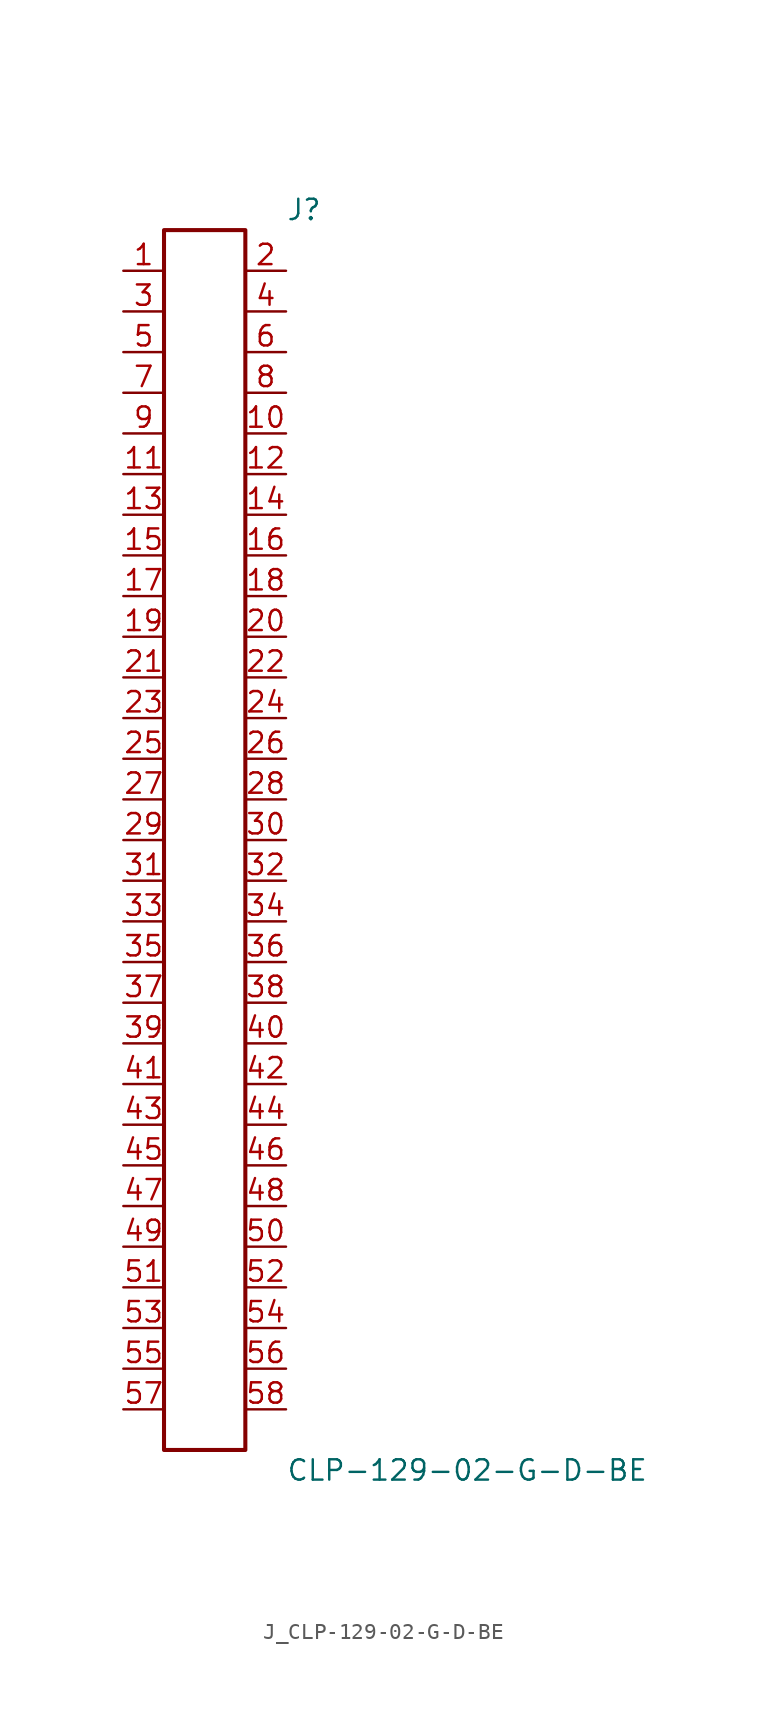
<source format=kicad_sym>
(kicad_symbol_lib
  (version 20231120)
  (generator kicad_symbol_editor)
  (generator_version 8.0)
  (symbol "J_CLP-129-02-G-D-BE"
    (pin_names
      (offset 0.254))
    (property "Reference" "J"
      (at 5.08 39.37 0)
      (effects (font (size 1.27 1.27)) (justify left)))
    (property "Value" "CLP-129-02-G-D-BE"
      (at 5.08 -39.37 0)
      (effects (font (size 1.27 1.27)) (justify left)))
    (symbol "J_CLP-129-02-G-D-BE_0_0"
      (pin passive line (at -5.08 35.56 0) (length 2.54) (name "" (effects (font (size 1.27 1.27)))) (number "1" (effects (font (size 1.27 1.27)))))
      (pin passive line (at 5.08 35.56 180) (length 2.54) (name "" (effects (font (size 1.27 1.27)))) (number "2" (effects (font (size 1.27 1.27)))))
      (pin passive line (at -5.08 33.02 0) (length 2.54) (name "" (effects (font (size 1.27 1.27)))) (number "3" (effects (font (size 1.27 1.27)))))
      (pin passive line (at 5.08 33.02 180) (length 2.54) (name "" (effects (font (size 1.27 1.27)))) (number "4" (effects (font (size 1.27 1.27)))))
      (pin passive line (at -5.08 30.48 0) (length 2.54) (name "" (effects (font (size 1.27 1.27)))) (number "5" (effects (font (size 1.27 1.27)))))
      (pin passive line (at 5.08 30.48 180) (length 2.54) (name "" (effects (font (size 1.27 1.27)))) (number "6" (effects (font (size 1.27 1.27)))))
      (pin passive line (at -5.08 27.94 0) (length 2.54) (name "" (effects (font (size 1.27 1.27)))) (number "7" (effects (font (size 1.27 1.27)))))
      (pin passive line (at 5.08 27.94 180) (length 2.54) (name "" (effects (font (size 1.27 1.27)))) (number "8" (effects (font (size 1.27 1.27)))))
      (pin passive line (at -5.08 25.4 0) (length 2.54) (name "" (effects (font (size 1.27 1.27)))) (number "9" (effects (font (size 1.27 1.27)))))
      (pin passive line (at 5.08 25.4 180) (length 2.54) (name "" (effects (font (size 1.27 1.27)))) (number "10" (effects (font (size 1.27 1.27)))))
      (pin passive line (at -5.08 22.86 0) (length 2.54) (name "" (effects (font (size 1.27 1.27)))) (number "11" (effects (font (size 1.27 1.27)))))
      (pin passive line (at 5.08 22.86 180) (length 2.54) (name "" (effects (font (size 1.27 1.27)))) (number "12" (effects (font (size 1.27 1.27)))))
      (pin passive line (at -5.08 20.32 0) (length 2.54) (name "" (effects (font (size 1.27 1.27)))) (number "13" (effects (font (size 1.27 1.27)))))
      (pin passive line (at 5.08 20.32 180) (length 2.54) (name "" (effects (font (size 1.27 1.27)))) (number "14" (effects (font (size 1.27 1.27)))))
      (pin passive line (at -5.08 17.78 0) (length 2.54) (name "" (effects (font (size 1.27 1.27)))) (number "15" (effects (font (size 1.27 1.27)))))
      (pin passive line (at 5.08 17.78 180) (length 2.54) (name "" (effects (font (size 1.27 1.27)))) (number "16" (effects (font (size 1.27 1.27)))))
      (pin passive line (at -5.08 15.24 0) (length 2.54) (name "" (effects (font (size 1.27 1.27)))) (number "17" (effects (font (size 1.27 1.27)))))
      (pin passive line (at 5.08 15.24 180) (length 2.54) (name "" (effects (font (size 1.27 1.27)))) (number "18" (effects (font (size 1.27 1.27)))))
      (pin passive line (at -5.08 12.7 0) (length 2.54) (name "" (effects (font (size 1.27 1.27)))) (number "19" (effects (font (size 1.27 1.27)))))
      (pin passive line (at 5.08 12.7 180) (length 2.54) (name "" (effects (font (size 1.27 1.27)))) (number "20" (effects (font (size 1.27 1.27)))))
      (pin passive line (at -5.08 10.16 0) (length 2.54) (name "" (effects (font (size 1.27 1.27)))) (number "21" (effects (font (size 1.27 1.27)))))
      (pin passive line (at 5.08 10.16 180) (length 2.54) (name "" (effects (font (size 1.27 1.27)))) (number "22" (effects (font (size 1.27 1.27)))))
      (pin passive line (at -5.08 7.62 0) (length 2.54) (name "" (effects (font (size 1.27 1.27)))) (number "23" (effects (font (size 1.27 1.27)))))
      (pin passive line (at 5.08 7.62 180) (length 2.54) (name "" (effects (font (size 1.27 1.27)))) (number "24" (effects (font (size 1.27 1.27)))))
      (pin passive line (at -5.08 5.08 0) (length 2.54) (name "" (effects (font (size 1.27 1.27)))) (number "25" (effects (font (size 1.27 1.27)))))
      (pin passive line (at 5.08 5.08 180) (length 2.54) (name "" (effects (font (size 1.27 1.27)))) (number "26" (effects (font (size 1.27 1.27)))))
      (pin passive line (at -5.08 2.54 0) (length 2.54) (name "" (effects (font (size 1.27 1.27)))) (number "27" (effects (font (size 1.27 1.27)))))
      (pin passive line (at 5.08 2.54 180) (length 2.54) (name "" (effects (font (size 1.27 1.27)))) (number "28" (effects (font (size 1.27 1.27)))))
      (pin passive line (at -5.08 0.0 0) (length 2.54) (name "" (effects (font (size 1.27 1.27)))) (number "29" (effects (font (size 1.27 1.27)))))
      (pin passive line (at 5.08 0.0 180) (length 2.54) (name "" (effects (font (size 1.27 1.27)))) (number "30" (effects (font (size 1.27 1.27)))))
      (pin passive line (at -5.08 -2.54 0) (length 2.54) (name "" (effects (font (size 1.27 1.27)))) (number "31" (effects (font (size 1.27 1.27)))))
      (pin passive line (at 5.08 -2.54 180) (length 2.54) (name "" (effects (font (size 1.27 1.27)))) (number "32" (effects (font (size 1.27 1.27)))))
      (pin passive line (at -5.08 -5.08 0) (length 2.54) (name "" (effects (font (size 1.27 1.27)))) (number "33" (effects (font (size 1.27 1.27)))))
      (pin passive line (at 5.08 -5.08 180) (length 2.54) (name "" (effects (font (size 1.27 1.27)))) (number "34" (effects (font (size 1.27 1.27)))))
      (pin passive line (at -5.08 -7.62 0) (length 2.54) (name "" (effects (font (size 1.27 1.27)))) (number "35" (effects (font (size 1.27 1.27)))))
      (pin passive line (at 5.08 -7.62 180) (length 2.54) (name "" (effects (font (size 1.27 1.27)))) (number "36" (effects (font (size 1.27 1.27)))))
      (pin passive line (at -5.08 -10.16 0) (length 2.54) (name "" (effects (font (size 1.27 1.27)))) (number "37" (effects (font (size 1.27 1.27)))))
      (pin passive line (at 5.08 -10.16 180) (length 2.54) (name "" (effects (font (size 1.27 1.27)))) (number "38" (effects (font (size 1.27 1.27)))))
      (pin passive line (at -5.08 -12.7 0) (length 2.54) (name "" (effects (font (size 1.27 1.27)))) (number "39" (effects (font (size 1.27 1.27)))))
      (pin passive line (at 5.08 -12.7 180) (length 2.54) (name "" (effects (font (size 1.27 1.27)))) (number "40" (effects (font (size 1.27 1.27)))))
      (pin passive line (at -5.08 -15.24 0) (length 2.54) (name "" (effects (font (size 1.27 1.27)))) (number "41" (effects (font (size 1.27 1.27)))))
      (pin passive line (at 5.08 -15.24 180) (length 2.54) (name "" (effects (font (size 1.27 1.27)))) (number "42" (effects (font (size 1.27 1.27)))))
      (pin passive line (at -5.08 -17.78 0) (length 2.54) (name "" (effects (font (size 1.27 1.27)))) (number "43" (effects (font (size 1.27 1.27)))))
      (pin passive line (at 5.08 -17.78 180) (length 2.54) (name "" (effects (font (size 1.27 1.27)))) (number "44" (effects (font (size 1.27 1.27)))))
      (pin passive line (at -5.08 -20.32 0) (length 2.54) (name "" (effects (font (size 1.27 1.27)))) (number "45" (effects (font (size 1.27 1.27)))))
      (pin passive line (at 5.08 -20.32 180) (length 2.54) (name "" (effects (font (size 1.27 1.27)))) (number "46" (effects (font (size 1.27 1.27)))))
      (pin passive line (at -5.08 -22.86 0) (length 2.54) (name "" (effects (font (size 1.27 1.27)))) (number "47" (effects (font (size 1.27 1.27)))))
      (pin passive line (at 5.08 -22.86 180) (length 2.54) (name "" (effects (font (size 1.27 1.27)))) (number "48" (effects (font (size 1.27 1.27)))))
      (pin passive line (at -5.08 -25.4 0) (length 2.54) (name "" (effects (font (size 1.27 1.27)))) (number "49" (effects (font (size 1.27 1.27)))))
      (pin passive line (at 5.08 -25.4 180) (length 2.54) (name "" (effects (font (size 1.27 1.27)))) (number "50" (effects (font (size 1.27 1.27)))))
      (pin passive line (at -5.08 -27.94 0) (length 2.54) (name "" (effects (font (size 1.27 1.27)))) (number "51" (effects (font (size 1.27 1.27)))))
      (pin passive line (at 5.08 -27.94 180) (length 2.54) (name "" (effects (font (size 1.27 1.27)))) (number "52" (effects (font (size 1.27 1.27)))))
      (pin passive line (at -5.08 -30.48 0) (length 2.54) (name "" (effects (font (size 1.27 1.27)))) (number "53" (effects (font (size 1.27 1.27)))))
      (pin passive line (at 5.08 -30.48 180) (length 2.54) (name "" (effects (font (size 1.27 1.27)))) (number "54" (effects (font (size 1.27 1.27)))))
      (pin passive line (at -5.08 -33.02 0) (length 2.54) (name "" (effects (font (size 1.27 1.27)))) (number "55" (effects (font (size 1.27 1.27)))))
      (pin passive line (at 5.08 -33.02 180) (length 2.54) (name "" (effects (font (size 1.27 1.27)))) (number "56" (effects (font (size 1.27 1.27)))))
      (pin passive line (at -5.08 -35.56 0) (length 2.54) (name "" (effects (font (size 1.27 1.27)))) (number "57" (effects (font (size 1.27 1.27)))))
      (pin passive line (at 5.08 -35.56 180) (length 2.54) (name "" (effects (font (size 1.27 1.27)))) (number "58" (effects (font (size 1.27 1.27))))))
    (symbol "J_CLP-129-02-G-D-BE_1_0"
      (rectangle (start -2.54 38.1) (end 2.54 -38.1) (stroke (width 0.254) (type solid)) (fill (type none))))))
</source>
